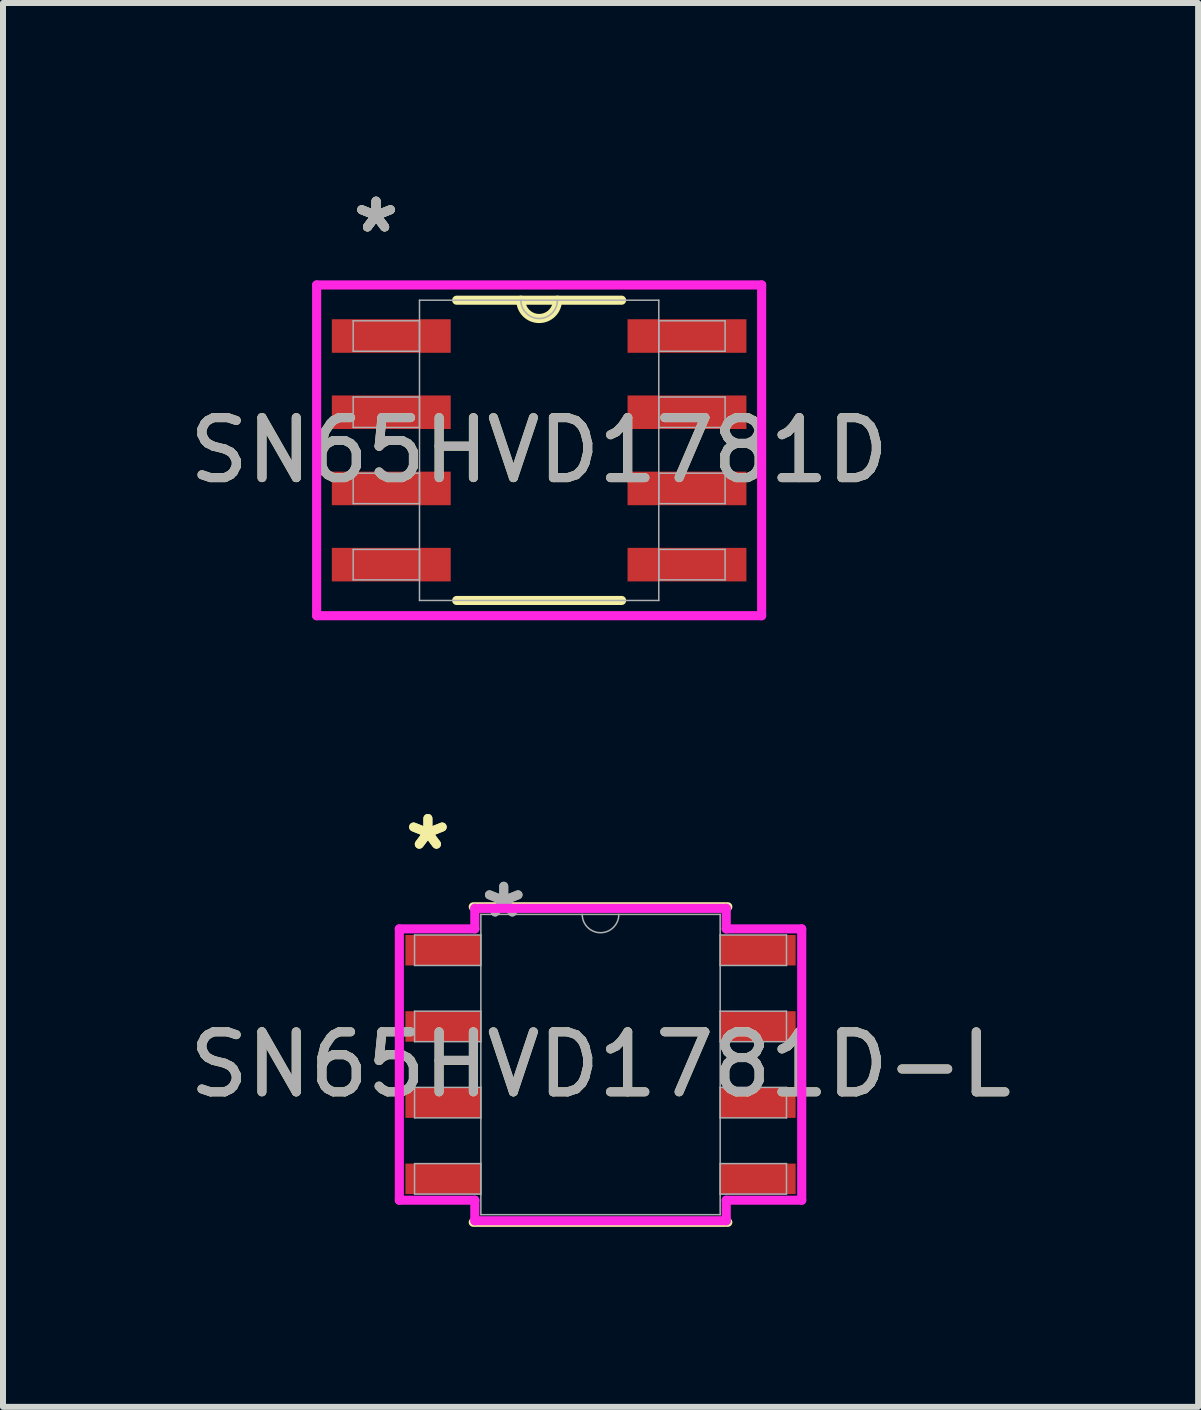
<source format=kicad_pcb>
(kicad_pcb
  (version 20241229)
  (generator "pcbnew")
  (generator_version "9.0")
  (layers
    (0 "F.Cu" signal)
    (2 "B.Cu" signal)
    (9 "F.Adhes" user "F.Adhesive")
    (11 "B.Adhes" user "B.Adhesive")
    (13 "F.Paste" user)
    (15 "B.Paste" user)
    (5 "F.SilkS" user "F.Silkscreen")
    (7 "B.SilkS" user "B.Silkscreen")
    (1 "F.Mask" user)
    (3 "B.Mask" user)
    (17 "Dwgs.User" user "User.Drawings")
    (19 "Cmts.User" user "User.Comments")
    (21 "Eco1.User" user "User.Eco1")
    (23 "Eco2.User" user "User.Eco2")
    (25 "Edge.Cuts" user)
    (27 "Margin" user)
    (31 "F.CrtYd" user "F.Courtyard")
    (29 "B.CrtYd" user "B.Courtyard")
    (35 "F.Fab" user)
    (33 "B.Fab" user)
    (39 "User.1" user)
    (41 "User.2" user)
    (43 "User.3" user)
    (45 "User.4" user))
  (footprint "SN65HVD1781D-L"
    (layer "F.Cu")
    (at 6.958 14.691)
    (property "Reference" "SN65HVD1781D-L" (at 0 0 0) (unlocked yes) (layer "F.SilkS") (effects (font (size 1 1) (thickness 0.15))))
    (attr smd)
    (fp_line (start -2.121 2.629) (end 2.121 2.629) (stroke (width 0.152) (type solid)) (layer "F.SilkS"))
    (fp_line (start 2.121 -2.629) (end -2.121 -2.629) (stroke (width 0.152) (type solid)) (layer "F.SilkS"))
    (fp_line (start -3.353 -2.261) (end -2.095 -2.261) (stroke (width 0.152) (type solid)) (layer "F.CrtYd"))
    (fp_line (start -3.353 2.261) (end -3.353 -2.261) (stroke (width 0.152) (type solid)) (layer "F.CrtYd"))
    (fp_line (start -3.353 2.261) (end -2.095 2.261) (stroke (width 0.152) (type solid)) (layer "F.CrtYd"))
    (fp_line (start -2.095 -2.603) (end 2.095 -2.603) (stroke (width 0.152) (type solid)) (layer "F.CrtYd"))
    (fp_line (start -2.095 -2.261) (end -2.095 -2.603) (stroke (width 0.152) (type solid)) (layer "F.CrtYd"))
    (fp_line (start -2.095 2.603) (end -2.095 2.261) (stroke (width 0.152) (type solid)) (layer "F.CrtYd"))
    (fp_line (start 2.095 -2.603) (end 2.095 -2.261) (stroke (width 0.152) (type solid)) (layer "F.CrtYd"))
    (fp_line (start 2.095 2.261) (end 2.095 2.603) (stroke (width 0.152) (type solid)) (layer "F.CrtYd"))
    (fp_line (start 2.095 2.603) (end -2.095 2.603) (stroke (width 0.152) (type solid)) (layer "F.CrtYd"))
    (fp_line (start 3.353 -2.261) (end 2.095 -2.261) (stroke (width 0.152) (type solid)) (layer "F.CrtYd"))
    (fp_line (start 3.353 -2.261) (end 3.353 2.261) (stroke (width 0.152) (type solid)) (layer "F.CrtYd"))
    (fp_line (start 3.353 2.261) (end 2.095 2.261) (stroke (width 0.152) (type solid)) (layer "F.CrtYd"))
    (fp_line (start -3.099 -2.159) (end -3.099 -1.651) (stroke (width 0.025) (type solid)) (layer "F.Fab"))
    (fp_line (start -3.099 -1.651) (end -1.994 -1.651) (stroke (width 0.025) (type solid)) (layer "F.Fab"))
    (fp_line (start -3.099 -0.889) (end -3.099 -0.381) (stroke (width 0.025) (type solid)) (layer "F.Fab"))
    (fp_line (start -3.099 -0.381) (end -1.994 -0.381) (stroke (width 0.025) (type solid)) (layer "F.Fab"))
    (fp_line (start -3.099 0.381) (end -3.099 0.889) (stroke (width 0.025) (type solid)) (layer "F.Fab"))
    (fp_line (start -3.099 0.889) (end -1.994 0.889) (stroke (width 0.025) (type solid)) (layer "F.Fab"))
    (fp_line (start -3.099 1.651) (end -3.099 2.159) (stroke (width 0.025) (type solid)) (layer "F.Fab"))
    (fp_line (start -3.099 2.159) (end -1.994 2.159) (stroke (width 0.025) (type solid)) (layer "F.Fab"))
    (fp_line (start -1.994 -2.502) (end -1.994 2.502) (stroke (width 0.025) (type solid)) (layer "F.Fab"))
    (fp_line (start -1.994 -2.159) (end -3.099 -2.159) (stroke (width 0.025) (type solid)) (layer "F.Fab"))
    (fp_line (start -1.994 -1.651) (end -1.994 -2.159) (stroke (width 0.025) (type solid)) (layer "F.Fab"))
    (fp_line (start -1.994 -0.889) (end -3.099 -0.889) (stroke (width 0.025) (type solid)) (layer "F.Fab"))
    (fp_line (start -1.994 -0.381) (end -1.994 -0.889) (stroke (width 0.025) (type solid)) (layer "F.Fab"))
    (fp_line (start -1.994 0.381) (end -3.099 0.381) (stroke (width 0.025) (type solid)) (layer "F.Fab"))
    (fp_line (start -1.994 0.889) (end -1.994 0.381) (stroke (width 0.025) (type solid)) (layer "F.Fab"))
    (fp_line (start -1.994 1.651) (end -3.099 1.651) (stroke (width 0.025) (type solid)) (layer "F.Fab"))
    (fp_line (start -1.994 2.159) (end -1.994 1.651) (stroke (width 0.025) (type solid)) (layer "F.Fab"))
    (fp_line (start -1.994 2.502) (end 1.994 2.502) (stroke (width 0.025) (type solid)) (layer "F.Fab"))
    (fp_line (start 1.994 -2.502) (end -1.994 -2.502) (stroke (width 0.025) (type solid)) (layer "F.Fab"))
    (fp_line (start 1.994 -2.159) (end 1.994 -1.651) (stroke (width 0.025) (type solid)) (layer "F.Fab"))
    (fp_line (start 1.994 -1.651) (end 3.099 -1.651) (stroke (width 0.025) (type solid)) (layer "F.Fab"))
    (fp_line (start 1.994 -0.889) (end 1.994 -0.381) (stroke (width 0.025) (type solid)) (layer "F.Fab"))
    (fp_line (start 1.994 -0.381) (end 3.099 -0.381) (stroke (width 0.025) (type solid)) (layer "F.Fab"))
    (fp_line (start 1.994 0.381) (end 1.994 0.889) (stroke (width 0.025) (type solid)) (layer "F.Fab"))
    (fp_line (start 1.994 0.889) (end 3.099 0.889) (stroke (width 0.025) (type solid)) (layer "F.Fab"))
    (fp_line (start 1.994 1.651) (end 1.994 2.159) (stroke (width 0.025) (type solid)) (layer "F.Fab"))
    (fp_line (start 1.994 2.159) (end 3.099 2.159) (stroke (width 0.025) (type solid)) (layer "F.Fab"))
    (fp_line (start 1.994 2.502) (end 1.994 -2.502) (stroke (width 0.025) (type solid)) (layer "F.Fab"))
    (fp_line (start 3.099 -2.159) (end 1.994 -2.159) (stroke (width 0.025) (type solid)) (layer "F.Fab"))
    (fp_line (start 3.099 -1.651) (end 3.099 -2.159) (stroke (width 0.025) (type solid)) (layer "F.Fab"))
    (fp_line (start 3.099 -0.889) (end 1.994 -0.889) (stroke (width 0.025) (type solid)) (layer "F.Fab"))
    (fp_line (start 3.099 -0.381) (end 3.099 -0.889) (stroke (width 0.025) (type solid)) (layer "F.Fab"))
    (fp_line (start 3.099 0.381) (end 1.994 0.381) (stroke (width 0.025) (type solid)) (layer "F.Fab"))
    (fp_line (start 3.099 0.889) (end 3.099 0.381) (stroke (width 0.025) (type solid)) (layer "F.Fab"))
    (fp_line (start 3.099 1.651) (end 1.994 1.651) (stroke (width 0.025) (type solid)) (layer "F.Fab"))
    (fp_line (start 3.099 2.159) (end 3.099 1.651) (stroke (width 0.025) (type solid)) (layer "F.Fab"))
    (fp_arc (start 0.3048 -2.5019) (mid 0 -2.1971) (end -0.3048 -2.5019) (stroke (width 0.0254) (type solid)) (layer "F.Fab"))
    (fp_text user "*" (at -2.877 -3.556 0) (layer "F.SilkS") (effects (font (size 1 1) (thickness 0.15))))
    (fp_text user "*" (at -2.877 -3.556 0) (unlocked yes) (layer "F.SilkS") (effects (font (size 1 1) (thickness 0.15))))
    (fp_text user "*" (at -1.613 -2.426 0) (unlocked yes) (layer "F.Fab") (effects (font (size 1 1) (thickness 0.15))))
    (fp_text user "${REFERENCE}" (at 0 0 0) (unlocked yes) (layer "F.Fab") (effects (font (size 1 1) (thickness 0.15))))
    (fp_text user "*" (at -1.613 -2.426 0) (layer "F.Fab") (effects (font (size 1 1) (thickness 0.15))))
    (pad "1" smd rect (at -2.623 -1.905) (size 1.257 0.508) (layers "F.Cu" "F.Mask" "F.Paste"))
    (pad "2" smd rect (at -2.623 -0.635) (size 1.257 0.508) (layers "F.Cu" "F.Mask" "F.Paste"))
    (pad "3" smd rect (at -2.623 0.635) (size 1.257 0.508) (layers "F.Cu" "F.Mask" "F.Paste"))
    (pad "4" smd rect (at -2.623 1.905) (size 1.257 0.508) (layers "F.Cu" "F.Mask" "F.Paste"))
    (pad "5" smd rect (at 2.623 1.905) (size 1.257 0.508) (layers "F.Cu" "F.Mask" "F.Paste"))
    (pad "6" smd rect (at 2.623 0.635) (size 1.257 0.508) (layers "F.Cu" "F.Mask" "F.Paste"))
    (pad "7" smd rect (at 2.623 -0.635) (size 1.257 0.508) (layers "F.Cu" "F.Mask" "F.Paste"))
    (pad "8" smd rect (at 2.623 -1.905) (size 1.257 0.508) (layers "F.Cu" "F.Mask" "F.Paste")))
  (footprint "SN65HVD1781D"
    (layer "F.Cu")
    (at 5.935 4.455)
    (property "Reference" "SN65HVD1781D" (at 0 0 0) (unlocked yes) (layer "F.SilkS") (effects (font (size 1 1) (thickness 0.15))))
    (attr smd)
    (fp_line (start -1.374 2.502) (end 1.374 2.502) (stroke (width 0.152) (type solid)) (layer "F.SilkS"))
    (fp_line (start 1.374 -2.502) (end -1.374 -2.502) (stroke (width 0.152) (type solid)) (layer "F.SilkS"))
    (fp_arc (start 0.3048 -2.5019) (mid 0 -2.1971) (end -0.3048 -2.5019) (stroke (width 0.1524) (type solid)) (layer "F.SilkS"))
    (fp_line (start -3.708 -2.756) (end 3.708 -2.756) (stroke (width 0.152) (type solid)) (layer "F.CrtYd"))
    (fp_line (start -3.708 2.756) (end -3.708 -2.756) (stroke (width 0.152) (type solid)) (layer "F.CrtYd"))
    (fp_line (start 3.708 -2.756) (end 3.708 2.756) (stroke (width 0.152) (type solid)) (layer "F.CrtYd"))
    (fp_line (start 3.708 2.756) (end -3.708 2.756) (stroke (width 0.152) (type solid)) (layer "F.CrtYd"))
    (fp_line (start -3.099 -2.159) (end -3.099 -1.651) (stroke (width 0.025) (type solid)) (layer "F.Fab"))
    (fp_line (start -3.099 -1.651) (end -1.994 -1.651) (stroke (width 0.025) (type solid)) (layer "F.Fab"))
    (fp_line (start -3.099 -0.889) (end -3.099 -0.381) (stroke (width 0.025) (type solid)) (layer "F.Fab"))
    (fp_line (start -3.099 -0.381) (end -1.994 -0.381) (stroke (width 0.025) (type solid)) (layer "F.Fab"))
    (fp_line (start -3.099 0.381) (end -3.099 0.889) (stroke (width 0.025) (type solid)) (layer "F.Fab"))
    (fp_line (start -3.099 0.889) (end -1.994 0.889) (stroke (width 0.025) (type solid)) (layer "F.Fab"))
    (fp_line (start -3.099 1.651) (end -3.099 2.159) (stroke (width 0.025) (type solid)) (layer "F.Fab"))
    (fp_line (start -3.099 2.159) (end -1.994 2.159) (stroke (width 0.025) (type solid)) (layer "F.Fab"))
    (fp_line (start -1.994 -2.502) (end -1.994 2.502) (stroke (width 0.025) (type solid)) (layer "F.Fab"))
    (fp_line (start -1.994 -2.159) (end -3.099 -2.159) (stroke (width 0.025) (type solid)) (layer "F.Fab"))
    (fp_line (start -1.994 -1.651) (end -1.994 -2.159) (stroke (width 0.025) (type solid)) (layer "F.Fab"))
    (fp_line (start -1.994 -0.889) (end -3.099 -0.889) (stroke (width 0.025) (type solid)) (layer "F.Fab"))
    (fp_line (start -1.994 -0.381) (end -1.994 -0.889) (stroke (width 0.025) (type solid)) (layer "F.Fab"))
    (fp_line (start -1.994 0.381) (end -3.099 0.381) (stroke (width 0.025) (type solid)) (layer "F.Fab"))
    (fp_line (start -1.994 0.889) (end -1.994 0.381) (stroke (width 0.025) (type solid)) (layer "F.Fab"))
    (fp_line (start -1.994 1.651) (end -3.099 1.651) (stroke (width 0.025) (type solid)) (layer "F.Fab"))
    (fp_line (start -1.994 2.159) (end -1.994 1.651) (stroke (width 0.025) (type solid)) (layer "F.Fab"))
    (fp_line (start -1.994 2.502) (end 1.994 2.502) (stroke (width 0.025) (type solid)) (layer "F.Fab"))
    (fp_line (start 1.994 -2.502) (end -1.994 -2.502) (stroke (width 0.025) (type solid)) (layer "F.Fab"))
    (fp_line (start 1.994 -2.159) (end 1.994 -1.651) (stroke (width 0.025) (type solid)) (layer "F.Fab"))
    (fp_line (start 1.994 -1.651) (end 3.099 -1.651) (stroke (width 0.025) (type solid)) (layer "F.Fab"))
    (fp_line (start 1.994 -0.889) (end 1.994 -0.381) (stroke (width 0.025) (type solid)) (layer "F.Fab"))
    (fp_line (start 1.994 -0.381) (end 3.099 -0.381) (stroke (width 0.025) (type solid)) (layer "F.Fab"))
    (fp_line (start 1.994 0.381) (end 1.994 0.889) (stroke (width 0.025) (type solid)) (layer "F.Fab"))
    (fp_line (start 1.994 0.889) (end 3.099 0.889) (stroke (width 0.025) (type solid)) (layer "F.Fab"))
    (fp_line (start 1.994 1.651) (end 1.994 2.159) (stroke (width 0.025) (type solid)) (layer "F.Fab"))
    (fp_line (start 1.994 2.159) (end 3.099 2.159) (stroke (width 0.025) (type solid)) (layer "F.Fab"))
    (fp_line (start 1.994 2.502) (end 1.994 -2.502) (stroke (width 0.025) (type solid)) (layer "F.Fab"))
    (fp_line (start 3.099 -2.159) (end 1.994 -2.159) (stroke (width 0.025) (type solid)) (layer "F.Fab"))
    (fp_line (start 3.099 -1.651) (end 3.099 -2.159) (stroke (width 0.025) (type solid)) (layer "F.Fab"))
    (fp_line (start 3.099 -0.889) (end 1.994 -0.889) (stroke (width 0.025) (type solid)) (layer "F.Fab"))
    (fp_line (start 3.099 -0.381) (end 3.099 -0.889) (stroke (width 0.025) (type solid)) (layer "F.Fab"))
    (fp_line (start 3.099 0.381) (end 1.994 0.381) (stroke (width 0.025) (type solid)) (layer "F.Fab"))
    (fp_line (start 3.099 0.889) (end 3.099 0.381) (stroke (width 0.025) (type solid)) (layer "F.Fab"))
    (fp_line (start 3.099 1.651) (end 1.994 1.651) (stroke (width 0.025) (type solid)) (layer "F.Fab"))
    (fp_line (start 3.099 2.159) (end 3.099 1.651) (stroke (width 0.025) (type solid)) (layer "F.Fab"))
    (fp_arc (start 0.3048 -2.5019) (mid 0 -2.1971) (end -0.3048 -2.5019) (stroke (width 0.0254) (type solid)) (layer "F.Fab"))
    (fp_text user "*" (at -2.718 -3.607 0) (layer "F.SilkS") (effects (font (size 1 1) (thickness 0.15))))
    (fp_text user "*" (at -2.718 -3.607 0) (unlocked yes) (layer "F.SilkS") (effects (font (size 1 1) (thickness 0.15))))
    (fp_text user "${REFERENCE}" (at 0 0 0) (unlocked yes) (layer "F.Fab") (effects (font (size 1 1) (thickness 0.15))))
    (fp_text user "*" (at -2.718 -3.607 0) (unlocked yes) (layer "F.Fab") (effects (font (size 1 1) (thickness 0.15))))
    (fp_text user "*" (at -2.718 -3.607 0) (layer "F.Fab") (effects (font (size 1 1) (thickness 0.15))))
    (pad "1" smd rect (at -2.464 -1.905) (size 1.981 0.559) (layers "F.Cu" "F.Mask" "F.Paste"))
    (pad "2" smd rect (at -2.464 -0.635) (size 1.981 0.559) (layers "F.Cu" "F.Mask" "F.Paste"))
    (pad "3" smd rect (at -2.464 0.635) (size 1.981 0.559) (layers "F.Cu" "F.Mask" "F.Paste"))
    (pad "4" smd rect (at -2.464 1.905) (size 1.981 0.559) (layers "F.Cu" "F.Mask" "F.Paste"))
    (pad "5" smd rect (at 2.464 1.905) (size 1.981 0.559) (layers "F.Cu" "F.Mask" "F.Paste"))
    (pad "6" smd rect (at 2.464 0.635) (size 1.981 0.559) (layers "F.Cu" "F.Mask" "F.Paste"))
    (pad "7" smd rect (at 2.464 -0.635) (size 1.981 0.559) (layers "F.Cu" "F.Mask" "F.Paste"))
    (pad "8" smd rect (at 2.464 -1.905) (size 1.981 0.559) (layers "F.Cu" "F.Mask" "F.Paste")))
  (gr_rect
    (start -3 -3)
    (end 16.917 20.396)
    (stroke (width 0.1) (type default))
    (fill no)
    (layer "Edge.Cuts")))
</source>
